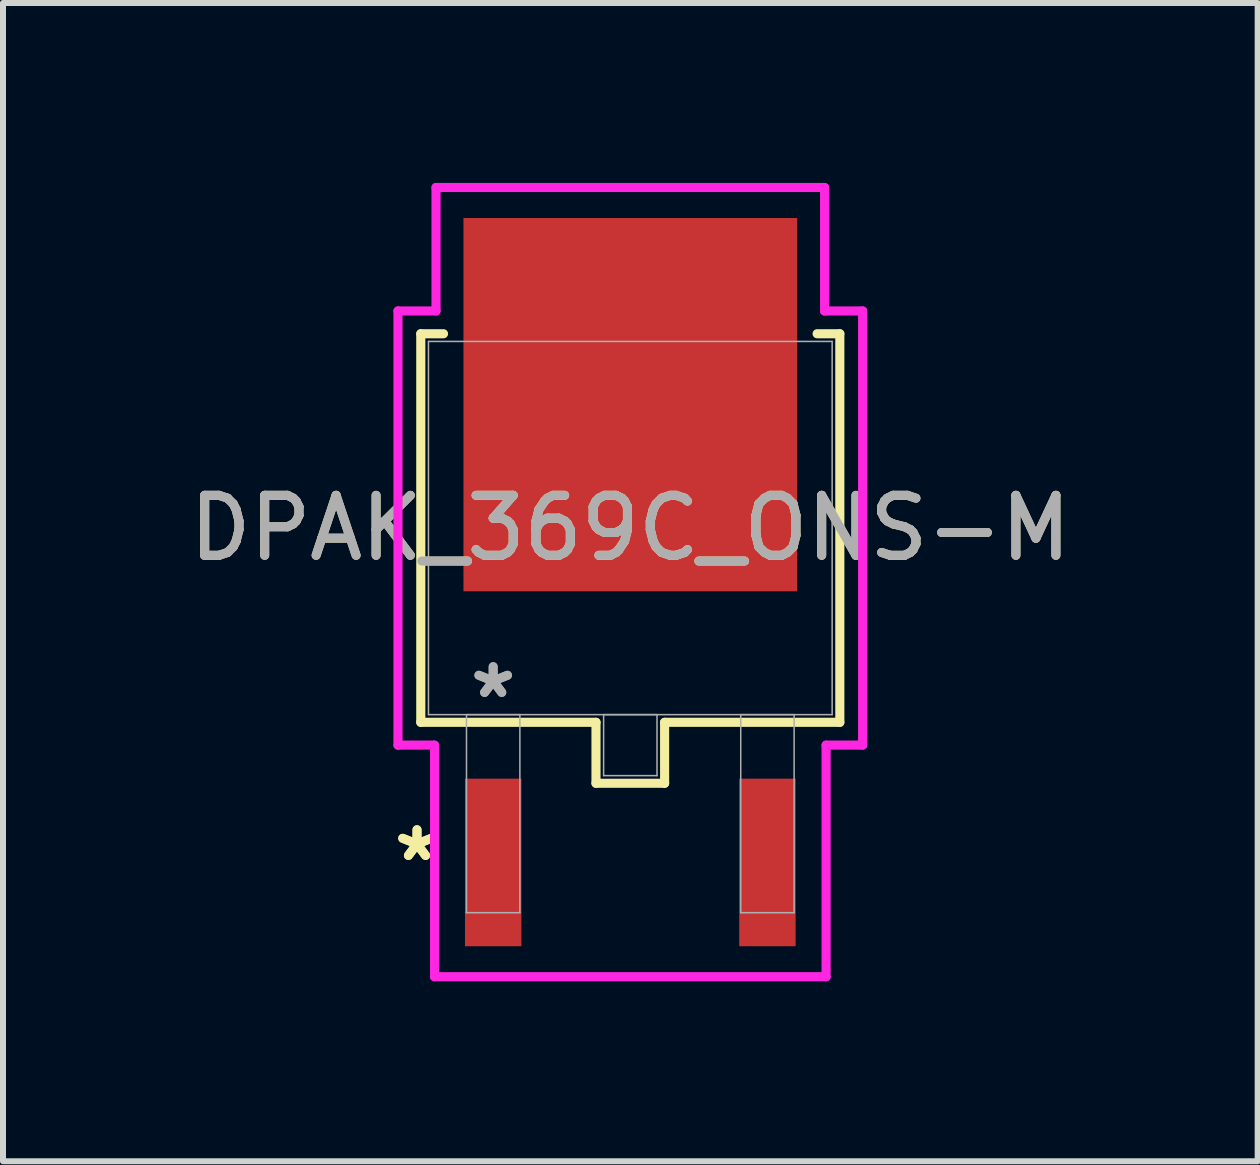
<source format=kicad_pcb>
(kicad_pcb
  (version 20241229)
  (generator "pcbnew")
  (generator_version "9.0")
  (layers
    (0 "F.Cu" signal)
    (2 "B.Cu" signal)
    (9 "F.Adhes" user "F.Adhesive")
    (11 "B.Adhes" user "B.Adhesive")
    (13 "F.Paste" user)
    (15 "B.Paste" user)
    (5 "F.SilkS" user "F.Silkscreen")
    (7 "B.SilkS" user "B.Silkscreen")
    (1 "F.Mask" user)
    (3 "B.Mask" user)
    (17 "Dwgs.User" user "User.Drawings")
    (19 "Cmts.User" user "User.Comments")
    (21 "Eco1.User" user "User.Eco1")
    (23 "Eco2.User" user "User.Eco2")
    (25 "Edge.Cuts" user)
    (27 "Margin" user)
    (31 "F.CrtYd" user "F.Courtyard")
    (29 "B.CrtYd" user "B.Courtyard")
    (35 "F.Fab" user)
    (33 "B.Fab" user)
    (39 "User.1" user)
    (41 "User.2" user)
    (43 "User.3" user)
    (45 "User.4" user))
  (footprint "DPAK_369C_ONS-M"
    (layer "F.Cu")
    (at 7.458 5.753)
    (property "Reference" "DPAK_369C_ONS-M" (at 0 0 0) (unlocked yes) (layer "F.SilkS") (effects (font (size 1 1) (thickness 0.15))))
    (attr smd)
    (fp_line (start -3.493 -3.239) (end -3.493 3.239) (stroke (width 0.152) (type solid)) (layer "F.SilkS"))
    (fp_line (start -3.493 3.239) (end -0.572 3.239) (stroke (width 0.152) (type solid)) (layer "F.SilkS"))
    (fp_line (start -3.114 -3.239) (end -3.493 -3.239) (stroke (width 0.152) (type solid)) (layer "F.SilkS"))
    (fp_line (start -0.572 3.239) (end -0.572 4.255) (stroke (width 0.152) (type solid)) (layer "F.SilkS"))
    (fp_line (start -0.572 4.255) (end 0.572 4.255) (stroke (width 0.152) (type solid)) (layer "F.SilkS"))
    (fp_line (start 0.572 3.239) (end 3.493 3.239) (stroke (width 0.152) (type solid)) (layer "F.SilkS"))
    (fp_line (start 0.572 4.255) (end 0.572 3.239) (stroke (width 0.152) (type solid)) (layer "F.SilkS"))
    (fp_line (start 3.493 -3.239) (end 3.114 -3.239) (stroke (width 0.152) (type solid)) (layer "F.SilkS"))
    (fp_line (start 3.493 3.239) (end 3.493 -3.239) (stroke (width 0.152) (type solid)) (layer "F.SilkS"))
    (fp_line (start -3.873 -3.619) (end -3.239 -3.619) (stroke (width 0.152) (type solid)) (layer "F.CrtYd"))
    (fp_line (start -3.873 3.619) (end -3.873 -3.619) (stroke (width 0.152) (type solid)) (layer "F.CrtYd"))
    (fp_line (start -3.264 3.619) (end -3.873 3.619) (stroke (width 0.152) (type solid)) (layer "F.CrtYd"))
    (fp_line (start -3.264 7.48) (end -3.264 3.619) (stroke (width 0.152) (type solid)) (layer "F.CrtYd"))
    (fp_line (start -3.239 -5.677) (end 3.239 -5.677) (stroke (width 0.152) (type solid)) (layer "F.CrtYd"))
    (fp_line (start -3.239 -3.619) (end -3.239 -5.677) (stroke (width 0.152) (type solid)) (layer "F.CrtYd"))
    (fp_line (start 3.239 -5.677) (end 3.239 -3.619) (stroke (width 0.152) (type solid)) (layer "F.CrtYd"))
    (fp_line (start 3.239 -3.619) (end 3.873 -3.619) (stroke (width 0.152) (type solid)) (layer "F.CrtYd"))
    (fp_line (start 3.264 3.619) (end 3.264 7.48) (stroke (width 0.152) (type solid)) (layer "F.CrtYd"))
    (fp_line (start 3.264 7.48) (end -3.264 7.48) (stroke (width 0.152) (type solid)) (layer "F.CrtYd"))
    (fp_line (start 3.873 -3.619) (end 3.873 3.619) (stroke (width 0.152) (type solid)) (layer "F.CrtYd"))
    (fp_line (start 3.873 3.619) (end 3.264 3.619) (stroke (width 0.152) (type solid)) (layer "F.CrtYd"))
    (fp_line (start -3.365 -3.111) (end -3.365 3.111) (stroke (width 0.025) (type solid)) (layer "F.Fab"))
    (fp_line (start -3.365 3.111) (end 3.365 3.111) (stroke (width 0.025) (type solid)) (layer "F.Fab"))
    (fp_line (start -2.731 3.111) (end -2.731 6.413) (stroke (width 0.025) (type solid)) (layer "F.Fab"))
    (fp_line (start -2.731 6.413) (end -1.841 6.413) (stroke (width 0.025) (type solid)) (layer "F.Fab"))
    (fp_line (start -1.841 3.111) (end -2.731 3.111) (stroke (width 0.025) (type solid)) (layer "F.Fab"))
    (fp_line (start -1.841 6.413) (end -1.841 3.111) (stroke (width 0.025) (type solid)) (layer "F.Fab"))
    (fp_line (start -0.445 3.111) (end -0.445 4.128) (stroke (width 0.025) (type solid)) (layer "F.Fab"))
    (fp_line (start -0.445 4.128) (end 0.445 4.128) (stroke (width 0.025) (type solid)) (layer "F.Fab"))
    (fp_line (start 0.445 3.111) (end -0.445 3.111) (stroke (width 0.025) (type solid)) (layer "F.Fab"))
    (fp_line (start 0.445 4.128) (end 0.445 3.111) (stroke (width 0.025) (type solid)) (layer "F.Fab"))
    (fp_line (start 1.841 3.111) (end 1.841 6.413) (stroke (width 0.025) (type solid)) (layer "F.Fab"))
    (fp_line (start 1.841 6.413) (end 2.731 6.413) (stroke (width 0.025) (type solid)) (layer "F.Fab"))
    (fp_line (start 2.731 3.111) (end 1.841 3.111) (stroke (width 0.025) (type solid)) (layer "F.Fab"))
    (fp_line (start 2.731 6.413) (end 2.731 3.111) (stroke (width 0.025) (type solid)) (layer "F.Fab"))
    (fp_line (start 3.365 -3.111) (end -3.365 -3.111) (stroke (width 0.025) (type solid)) (layer "F.Fab"))
    (fp_line (start 3.365 3.111) (end 3.365 -3.111) (stroke (width 0.025) (type solid)) (layer "F.Fab"))
    (fp_text user "*" (at -3.556 5.575 0) (layer "F.SilkS") (effects (font (size 1 1) (thickness 0.15))))
    (fp_text user "*" (at -3.556 5.575 0) (unlocked yes) (layer "F.SilkS") (effects (font (size 1 1) (thickness 0.15))))
    (fp_text user "*" (at -2.286 2.857 0) (unlocked yes) (layer "F.Fab") (effects (font (size 1 1) (thickness 0.15))))
    (fp_text user "${REFERENCE}" (at 0 0 0) (unlocked yes) (layer "F.Fab") (effects (font (size 1 1) (thickness 0.15))))
    (fp_text user "*" (at -2.286 2.857 0) (layer "F.Fab") (effects (font (size 1 1) (thickness 0.15))))
    (pad "1" smd rect (at -2.286 5.575) (size 0.94 2.794) (layers "F.Cu" "F.Mask" "F.Paste"))
    (pad "2" smd rect (at 0 -2.057) (size 5.563 6.223) (layers "F.Cu" "F.Mask" "F.Paste"))
    (pad "3" smd rect (at 2.286 5.575) (size 0.94 2.794) (layers "F.Cu" "F.Mask" "F.Paste")))
  (gr_rect
    (start -3 -3)
    (end 17.917 16.31)
    (stroke (width 0.1) (type default))
    (fill no)
    (layer "Edge.Cuts")))
</source>
